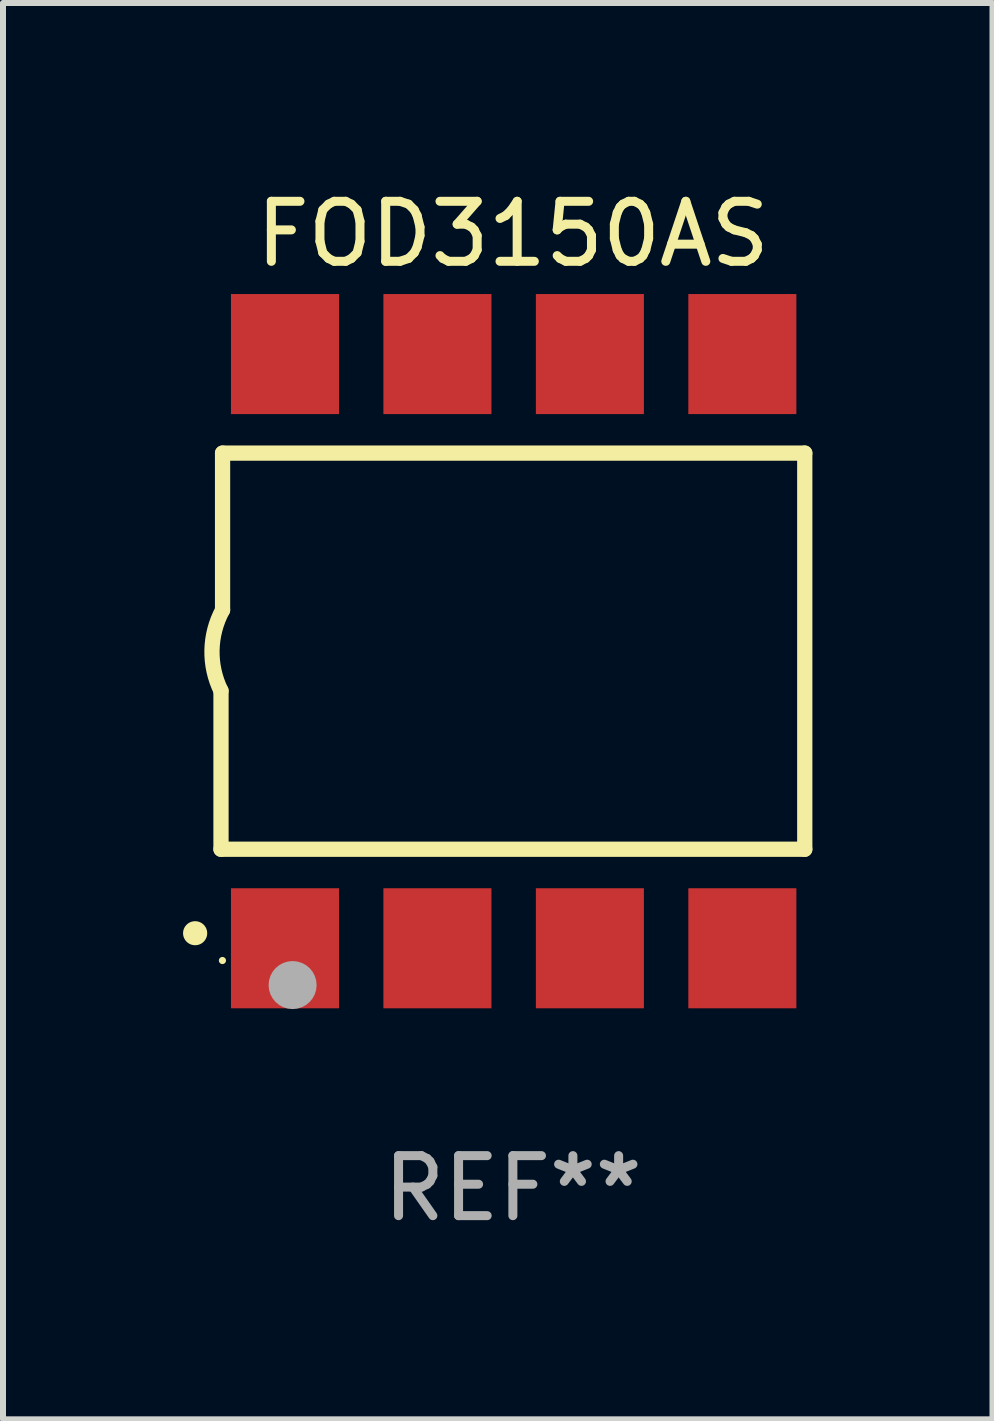
<source format=kicad_pcb>
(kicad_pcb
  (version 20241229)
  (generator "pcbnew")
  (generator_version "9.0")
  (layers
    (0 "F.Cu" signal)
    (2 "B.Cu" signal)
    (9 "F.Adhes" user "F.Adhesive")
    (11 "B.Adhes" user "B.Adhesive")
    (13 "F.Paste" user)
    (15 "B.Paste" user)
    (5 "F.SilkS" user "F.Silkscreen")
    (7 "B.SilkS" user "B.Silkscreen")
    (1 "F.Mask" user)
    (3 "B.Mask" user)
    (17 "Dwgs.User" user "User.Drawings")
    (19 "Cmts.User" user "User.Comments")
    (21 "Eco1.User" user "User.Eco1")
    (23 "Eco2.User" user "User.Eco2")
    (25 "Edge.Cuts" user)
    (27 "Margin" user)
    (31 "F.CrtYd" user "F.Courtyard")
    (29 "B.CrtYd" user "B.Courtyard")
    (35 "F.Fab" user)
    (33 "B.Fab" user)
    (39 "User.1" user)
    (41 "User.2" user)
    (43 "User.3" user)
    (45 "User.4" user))
  (footprint "FOD3150AS"
    (layer "F.Cu")
    (at 5.495 7.799)
    (property "Reference" "FOD3150AS" (at 0 -6.95 0) (layer "F.SilkS") (effects (font (size 1 1) (thickness 0.15))))
    (attr through_hole)
    (fp_line (start -4.863 3.3) (end -4.863 0.66) (stroke (width 0.254) (type solid)) (layer "F.SilkS"))
    (fp_line (start -4.837 -3.3) (end -4.837 -0.686) (stroke (width 0.254) (type solid)) (layer "F.SilkS"))
    (fp_line (start -4.837 -3.3) (end 4.863 -3.3) (stroke (width 0.254) (type solid)) (layer "F.SilkS"))
    (fp_line (start 4.863 -3.3) (end 4.863 3.3) (stroke (width 0.254) (type solid)) (layer "F.SilkS"))
    (fp_line (start 4.863 3.3) (end -4.863 3.3) (stroke (width 0.254) (type solid)) (layer "F.SilkS"))
    (fp_arc (start -5.295212 4.699009) (mid -5.293942 4.699005) (end -5.292672 4.699009) (stroke (width 0.4) (type solid)) (layer "F.SilkS"))
    (fp_arc (start -4.863411 0.660401) (mid -5.013163 -0.015948) (end -4.836614 -0.685801) (stroke (width 0.254001) (type solid)) (layer "F.SilkS"))
    (fp_circle (center -4.839 5.154) (end -4.809 5.154) (stroke (width 0.06) (type solid)) (fill no) (layer "F.SilkS"))
    (fp_circle (center -3.67 5.563) (end -3.47 5.563) (stroke (width 0.4) (type solid)) (fill no) (layer "F.Fab"))
    (fp_text user "REF**" (at 0 8.95 0) (layer "F.Fab") (effects (font (size 1 1) (thickness 0.15))))
    (pad "1" smd rect (at -3.797 4.95) (size 1.8 2) (layers "F.Cu" "F.Mask" "F.Paste"))
    (pad "2" smd rect (at -1.257 4.95) (size 1.8 2) (layers "F.Cu" "F.Mask" "F.Paste"))
    (pad "3" smd rect (at 1.283 4.95) (size 1.8 2) (layers "F.Cu" "F.Mask" "F.Paste"))
    (pad "4" smd rect (at 3.823 4.95) (size 1.8 2) (layers "F.Cu" "F.Mask" "F.Paste"))
    (pad "5" smd rect (at 3.823 -4.95 180) (size 1.8 2) (layers "F.Cu" "F.Mask" "F.Paste"))
    (pad "6" smd rect (at 1.283 -4.95 180) (size 1.8 2) (layers "F.Cu" "F.Mask" "F.Paste"))
    (pad "7" smd rect (at -1.257 -4.95 180) (size 1.8 2) (layers "F.Cu" "F.Mask" "F.Paste"))
    (pad "8" smd rect (at -3.797 -4.95 180) (size 1.8 2) (layers "F.Cu" "F.Mask" "F.Paste")))
  (gr_rect
    (start -3 -3)
    (end 13.486 20.597)
    (stroke (width 0.1) (type default))
    (fill no)
    (layer "Edge.Cuts")))
</source>
